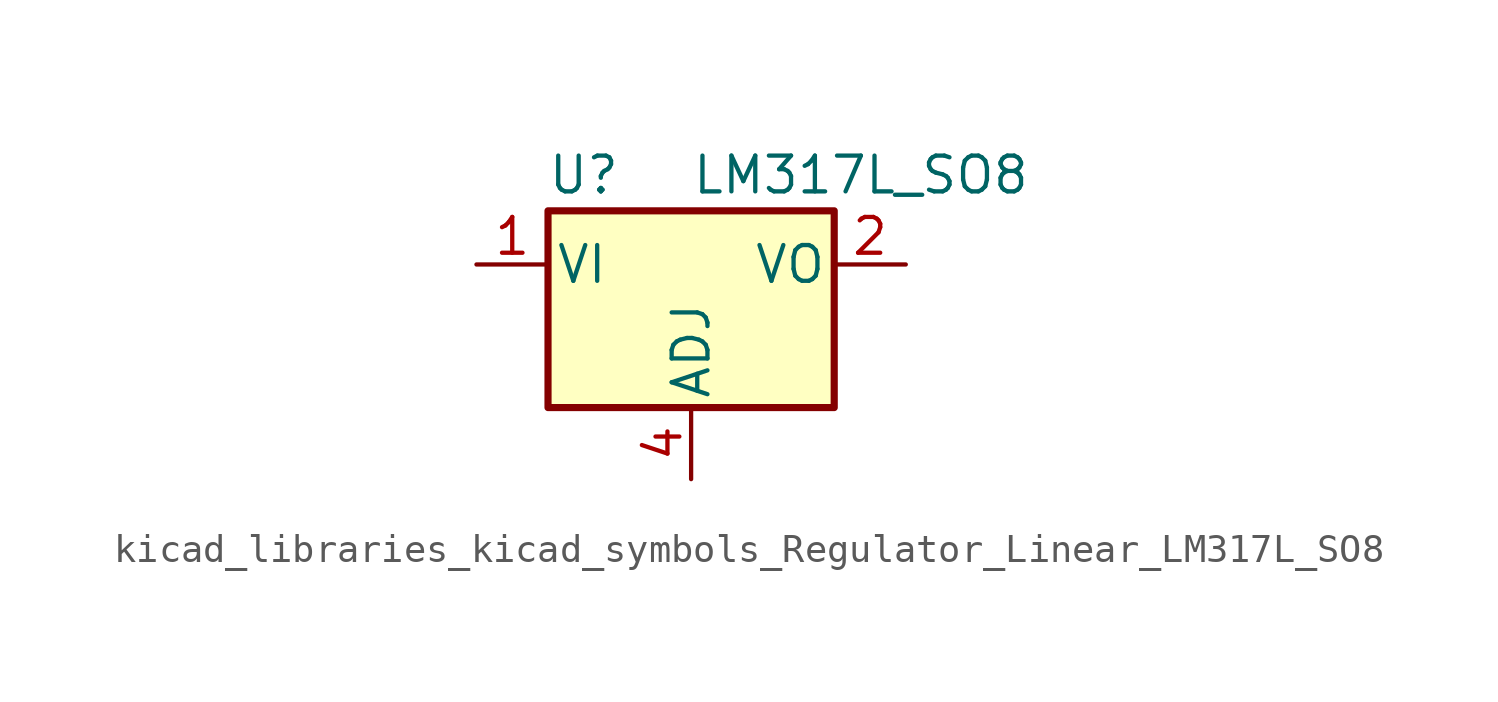
<source format=kicad_sym>
(kicad_symbol_lib
  (version 20220914)
  (generator kicad_symbol_editor)
  (symbol "kicad_libraries_kicad_symbols_Regulator_Linear_LM317L_SO8"
    (pin_names
      (offset 0.254))
    (property "Reference" "U"
      (at -3.81 3.175 0)
      (effects (font (size 1.27 1.27))))
    (property "Value" "LM317L_SO8"
      (at 0 3.175 0)
      (effects (font (size 1.27 1.27)) (justify left)))
    (symbol "kicad_libraries_kicad_symbols_Regulator_Linear_LM317L_SO8_0_1"
      (rectangle (start -5.08 1.905) (end 5.08 -5.08) (stroke (width 0.254) (type default)) (fill (type background))))
    (symbol "kicad_libraries_kicad_symbols_Regulator_Linear_LM317L_SO8_1_1"
      (pin power_in line (at -7.62 0 0) (length 2.54) (name "VI" (effects (font (size 1.27 1.27)))) (number "1" (effects (font (size 1.27 1.27)))))
      (pin power_out line (at 7.62 0 180) (length 2.54) (name "VO" (effects (font (size 1.27 1.27)))) (number "2" (effects (font (size 1.27 1.27)))))
      (pin passive line (at 7.62 0 180) (length 2.54) hide (name "VO" (effects (font (size 1.27 1.27)))) (number "3" (effects (font (size 1.27 1.27)))))
      (pin input line (at 0 -7.62 90) (length 2.54) (name "ADJ" (effects (font (size 1.27 1.27)))) (number "4" (effects (font (size 1.27 1.27)))))
      (pin no_connect line (at -5.08 -2.54 0) (length 2.54) hide (name "NC" (effects (font (size 1.27 1.27)))) (number "5" (effects (font (size 1.27 1.27)))))
      (pin passive line (at 7.62 0 180) (length 2.54) hide (name "VO" (effects (font (size 1.27 1.27)))) (number "6" (effects (font (size 1.27 1.27)))))
      (pin passive line (at 7.62 0 180) (length 2.54) hide (name "VO" (effects (font (size 1.27 1.27)))) (number "7" (effects (font (size 1.27 1.27)))))
      (pin no_connect line (at 5.08 -2.54 180) (length 2.54) hide (name "NC" (effects (font (size 1.27 1.27)))) (number "8" (effects (font (size 1.27 1.27))))))))
</source>
